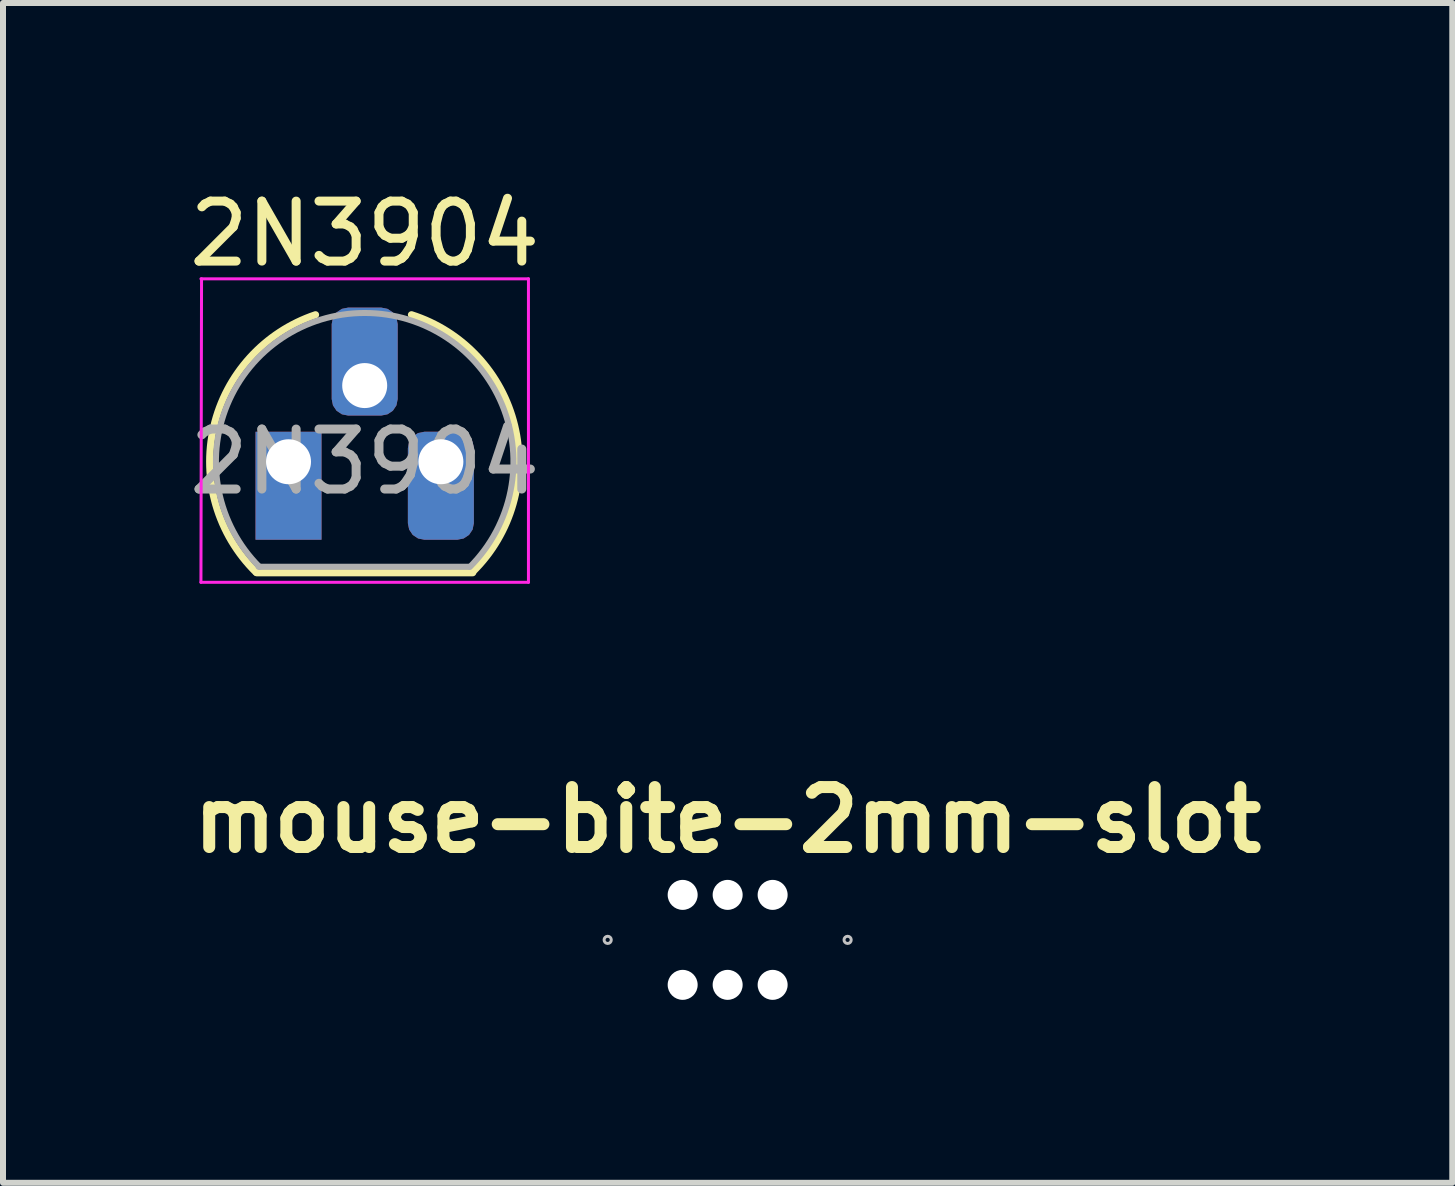
<source format=kicad_pcb>
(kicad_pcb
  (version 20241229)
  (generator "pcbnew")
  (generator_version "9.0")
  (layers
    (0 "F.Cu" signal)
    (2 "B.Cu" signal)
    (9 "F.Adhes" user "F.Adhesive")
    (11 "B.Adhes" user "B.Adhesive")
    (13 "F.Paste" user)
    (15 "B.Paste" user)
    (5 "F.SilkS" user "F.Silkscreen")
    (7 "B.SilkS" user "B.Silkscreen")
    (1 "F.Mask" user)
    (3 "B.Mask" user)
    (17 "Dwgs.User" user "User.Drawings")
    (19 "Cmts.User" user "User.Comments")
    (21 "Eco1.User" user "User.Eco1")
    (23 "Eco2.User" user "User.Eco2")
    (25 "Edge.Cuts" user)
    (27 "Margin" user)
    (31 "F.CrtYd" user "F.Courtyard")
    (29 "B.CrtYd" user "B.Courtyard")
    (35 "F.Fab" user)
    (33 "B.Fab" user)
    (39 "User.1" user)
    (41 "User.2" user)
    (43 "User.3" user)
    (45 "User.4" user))
  (footprint "2N3904"
    (layer "F.Cu")
    (at 1.76 4.648)
    (property "Reference" "2N3904" (at 1.27 -3.8 0) (layer "F.SilkS") (effects (font (size 1 1) (thickness 0.15))))
    (attr through_hole)
    (fp_line (start -0.53 1.85) (end 3.07 1.85) (stroke (width 0.12) (type solid)) (layer "F.SilkS"))
    (fp_arc (start -0.541453 1.842156) (mid -1.247298 -0.581475) (end 0.45 -2.45) (stroke (width 0.12) (type solid)) (layer "F.SilkS"))
    (fp_arc (start 2.05 -2.45) (mid 3.769931 -0.601036) (end 3.078445 1.827684) (stroke (width 0.12) (type solid)) (layer "F.SilkS"))
    (fp_line (start -1.46 -3.05) (end 4 -3.05) (stroke (width 0.05) (type solid)) (layer "F.CrtYd"))
    (fp_line (start -1.45 -3.05) (end -1.46 2.01) (stroke (width 0.05) (type solid)) (layer "F.CrtYd"))
    (fp_line (start 4 2.01) (end -1.46 2.01) (stroke (width 0.05) (type solid)) (layer "F.CrtYd"))
    (fp_line (start 4 2.01) (end 4 -3.05) (stroke (width 0.05) (type solid)) (layer "F.CrtYd"))
    (fp_line (start -0.5 1.75) (end 3 1.75) (stroke (width 0.1) (type solid)) (layer "F.Fab"))
    (fp_arc (start -0.483625 1.753625) (mid -1.021221 -0.949055) (end 1.27 -2.48) (stroke (width 0.1) (type solid)) (layer "F.Fab"))
    (fp_arc (start 1.27 -2.48) (mid 3.561221 -0.949055) (end 3.023625 1.753625) (stroke (width 0.1) (type solid)) (layer "F.Fab"))
    (fp_text user "${REFERENCE}" (at 1.27 0 0) (layer "F.Fab") (effects (font (size 1 1) (thickness 0.15))))
    (pad "1" thru_hole roundrect (at 2.54 0) (size 1.1 1.8) (drill 0.75 (offset 0 0.4)) (layers "*.Cu" "*.Mask") (roundrect_rratio 0.25))
    (pad "2" thru_hole roundrect (at 1.27 -1.27) (size 1.1 1.8) (drill 0.75 (offset 0 -0.4)) (layers "*.Cu" "*.Mask") (roundrect_rratio 0.25))
    (pad "3" thru_hole rect (at 0 0) (size 1.1 1.8) (drill 0.75 (offset 0 0.4)) (layers "*.Cu" "*.Mask")))
  (footprint "mouse-bite-2mm-slot"
    (layer "F.Cu")
    (at 9.081 12.619)
    (property "Reference" "mouse-bite-2mm-slot" (at 0 -2 0) (layer "F.SilkS") (effects (font (size 1 1) (thickness 0.2))))
    (attr through_hole)
    (fp_circle (center -2 0) (end -2 -0.06) (stroke (width 0.05) (type solid)) (fill no) (layer "Dwgs.User"))
    (fp_circle (center 2 0) (end 2.06 0) (stroke (width 0.05) (type solid)) (fill no) (layer "Dwgs.User"))
    (fp_line (start -2 0) (end -2 0) (stroke (width 2) (type solid)) (layer "Eco1.User"))
    (fp_line (start 2 0) (end 2 0) (stroke (width 2) (type solid)) (layer "Eco1.User"))
    (fp_arc (start -2 -1) (mid -1 0) (end -2 1) (stroke (width 0.1) (type solid)) (layer "User.1"))
    (fp_arc (start 2 1) (mid 1 0) (end 2 -1) (stroke (width 0.1) (type solid)) (layer "User.1"))
    (pad "" np_thru_hole circle (at -0.75 -0.75) (size 0.5 0.5) (drill 0.5) (layers "*.Cu" "*.Mask"))
    (pad "" np_thru_hole circle (at -0.75 0.75) (size 0.5 0.5) (drill 0.5) (layers "*.Cu" "*.Mask"))
    (pad "" np_thru_hole circle (at 0 -0.75) (size 0.5 0.5) (drill 0.5) (layers "*.Cu" "*.Mask"))
    (pad "" np_thru_hole circle (at 0 0.75) (size 0.5 0.5) (drill 0.5) (layers "*.Cu" "*.Mask"))
    (pad "" np_thru_hole circle (at 0.75 -0.75) (size 0.5 0.5) (drill 0.5) (layers "*.Cu" "*.Mask"))
    (pad "" np_thru_hole circle (at 0.75 0.75) (size 0.5 0.5) (drill 0.5) (layers "*.Cu" "*.Mask")))
  (gr_rect
    (start -3 -3)
    (end 21.162 16.669)
    (stroke (width 0.1) (type default))
    (fill no)
    (layer "Edge.Cuts")))
</source>
